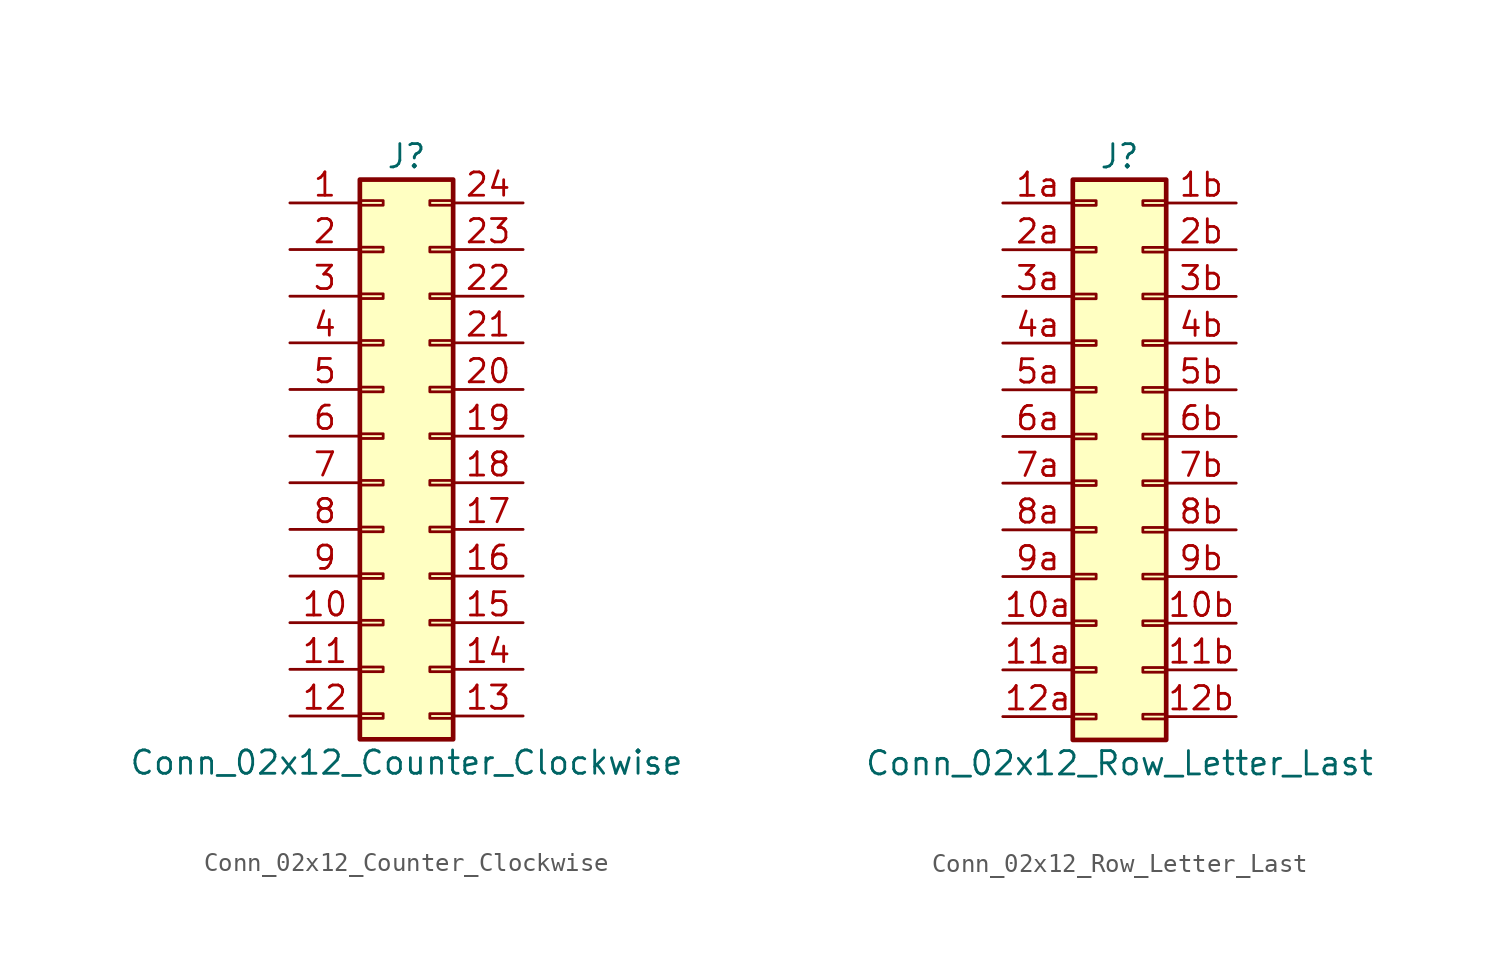
<source format=kicad_sym>
(kicad_symbol_lib
  (version 20201005)
  (generator kicad_symbol_editor)
  (symbol "Conn_02x12_Counter_Clockwise"
    (pin_names
      (offset 1.016) hide)
    (property "Reference" "J"
      (at 1.27 15.24 0)
      (effects (font (size 1.27 1.27))))
    (property "Value" "Conn_02x12_Counter_Clockwise"
      (at 1.27 -17.78 0)
      (effects (font (size 1.27 1.27))))
    (symbol "Conn_02x12_Counter_Clockwise_1_1"
      (rectangle (start -1.27 -15.113) (end 0 -15.367) (stroke (width 0.152)) (fill (type none)))
      (rectangle (start -1.27 -12.573) (end 0 -12.827) (stroke (width 0.152)) (fill (type none)))
      (rectangle (start -1.27 -10.033) (end 0 -10.287) (stroke (width 0.152)) (fill (type none)))
      (rectangle (start -1.27 -7.493) (end 0 -7.747) (stroke (width 0.152)) (fill (type none)))
      (rectangle (start -1.27 -4.953) (end 0 -5.207) (stroke (width 0.152)) (fill (type none)))
      (rectangle (start -1.27 -2.413) (end 0 -2.667) (stroke (width 0.152)) (fill (type none)))
      (rectangle (start -1.27 0.127) (end 0 -0.127) (stroke (width 0.152)) (fill (type none)))
      (rectangle (start -1.27 2.667) (end 0 2.413) (stroke (width 0.152)) (fill (type none)))
      (rectangle (start -1.27 5.207) (end 0 4.953) (stroke (width 0.152)) (fill (type none)))
      (rectangle (start -1.27 7.747) (end 0 7.493) (stroke (width 0.152)) (fill (type none)))
      (rectangle (start -1.27 10.287) (end 0 10.033) (stroke (width 0.152)) (fill (type none)))
      (rectangle (start -1.27 12.827) (end 0 12.573) (stroke (width 0.152)) (fill (type none)))
      (rectangle (start -1.27 13.97) (end 3.81 -16.51) (stroke (width 0.254)) (fill (type background)))
      (rectangle (start 3.81 -15.113) (end 2.54 -15.367) (stroke (width 0.152)) (fill (type none)))
      (rectangle (start 3.81 -12.573) (end 2.54 -12.827) (stroke (width 0.152)) (fill (type none)))
      (rectangle (start 3.81 -10.033) (end 2.54 -10.287) (stroke (width 0.152)) (fill (type none)))
      (rectangle (start 3.81 -7.493) (end 2.54 -7.747) (stroke (width 0.152)) (fill (type none)))
      (rectangle (start 3.81 -4.953) (end 2.54 -5.207) (stroke (width 0.152)) (fill (type none)))
      (rectangle (start 3.81 -2.413) (end 2.54 -2.667) (stroke (width 0.152)) (fill (type none)))
      (rectangle (start 3.81 0.127) (end 2.54 -0.127) (stroke (width 0.152)) (fill (type none)))
      (rectangle (start 3.81 2.667) (end 2.54 2.413) (stroke (width 0.152)) (fill (type none)))
      (rectangle (start 3.81 5.207) (end 2.54 4.953) (stroke (width 0.152)) (fill (type none)))
      (rectangle (start 3.81 7.747) (end 2.54 7.493) (stroke (width 0.152)) (fill (type none)))
      (rectangle (start 3.81 10.287) (end 2.54 10.033) (stroke (width 0.152)) (fill (type none)))
      (rectangle (start 3.81 12.827) (end 2.54 12.573) (stroke (width 0.152)) (fill (type none)))
      (pin passive line (at -5.08 12.7 0) (length 3.81) (name "Pin_1" (effects (font (size 1.27 1.27)))) (number "1" (effects (font (size 1.27 1.27)))))
      (pin passive line (at -5.08 -10.16 0) (length 3.81) (name "Pin_10" (effects (font (size 1.27 1.27)))) (number "10" (effects (font (size 1.27 1.27)))))
      (pin passive line (at -5.08 -12.7 0) (length 3.81) (name "Pin_11" (effects (font (size 1.27 1.27)))) (number "11" (effects (font (size 1.27 1.27)))))
      (pin passive line (at -5.08 -15.24 0) (length 3.81) (name "Pin_12" (effects (font (size 1.27 1.27)))) (number "12" (effects (font (size 1.27 1.27)))))
      (pin passive line (at 7.62 -15.24 180) (length 3.81) (name "Pin_13" (effects (font (size 1.27 1.27)))) (number "13" (effects (font (size 1.27 1.27)))))
      (pin passive line (at 7.62 -12.7 180) (length 3.81) (name "Pin_14" (effects (font (size 1.27 1.27)))) (number "14" (effects (font (size 1.27 1.27)))))
      (pin passive line (at 7.62 -10.16 180) (length 3.81) (name "Pin_15" (effects (font (size 1.27 1.27)))) (number "15" (effects (font (size 1.27 1.27)))))
      (pin passive line (at 7.62 -7.62 180) (length 3.81) (name "Pin_16" (effects (font (size 1.27 1.27)))) (number "16" (effects (font (size 1.27 1.27)))))
      (pin passive line (at 7.62 -5.08 180) (length 3.81) (name "Pin_17" (effects (font (size 1.27 1.27)))) (number "17" (effects (font (size 1.27 1.27)))))
      (pin passive line (at 7.62 -2.54 180) (length 3.81) (name "Pin_18" (effects (font (size 1.27 1.27)))) (number "18" (effects (font (size 1.27 1.27)))))
      (pin passive line (at 7.62 0 180) (length 3.81) (name "Pin_19" (effects (font (size 1.27 1.27)))) (number "19" (effects (font (size 1.27 1.27)))))
      (pin passive line (at -5.08 10.16 0) (length 3.81) (name "Pin_2" (effects (font (size 1.27 1.27)))) (number "2" (effects (font (size 1.27 1.27)))))
      (pin passive line (at 7.62 2.54 180) (length 3.81) (name "Pin_20" (effects (font (size 1.27 1.27)))) (number "20" (effects (font (size 1.27 1.27)))))
      (pin passive line (at 7.62 5.08 180) (length 3.81) (name "Pin_21" (effects (font (size 1.27 1.27)))) (number "21" (effects (font (size 1.27 1.27)))))
      (pin passive line (at 7.62 7.62 180) (length 3.81) (name "Pin_22" (effects (font (size 1.27 1.27)))) (number "22" (effects (font (size 1.27 1.27)))))
      (pin passive line (at 7.62 10.16 180) (length 3.81) (name "Pin_23" (effects (font (size 1.27 1.27)))) (number "23" (effects (font (size 1.27 1.27)))))
      (pin passive line (at 7.62 12.7 180) (length 3.81) (name "Pin_24" (effects (font (size 1.27 1.27)))) (number "24" (effects (font (size 1.27 1.27)))))
      (pin passive line (at -5.08 7.62 0) (length 3.81) (name "Pin_3" (effects (font (size 1.27 1.27)))) (number "3" (effects (font (size 1.27 1.27)))))
      (pin passive line (at -5.08 5.08 0) (length 3.81) (name "Pin_4" (effects (font (size 1.27 1.27)))) (number "4" (effects (font (size 1.27 1.27)))))
      (pin passive line (at -5.08 2.54 0) (length 3.81) (name "Pin_5" (effects (font (size 1.27 1.27)))) (number "5" (effects (font (size 1.27 1.27)))))
      (pin passive line (at -5.08 0 0) (length 3.81) (name "Pin_6" (effects (font (size 1.27 1.27)))) (number "6" (effects (font (size 1.27 1.27)))))
      (pin passive line (at -5.08 -2.54 0) (length 3.81) (name "Pin_7" (effects (font (size 1.27 1.27)))) (number "7" (effects (font (size 1.27 1.27)))))
      (pin passive line (at -5.08 -5.08 0) (length 3.81) (name "Pin_8" (effects (font (size 1.27 1.27)))) (number "8" (effects (font (size 1.27 1.27)))))
      (pin passive line (at -5.08 -7.62 0) (length 3.81) (name "Pin_9" (effects (font (size 1.27 1.27)))) (number "9" (effects (font (size 1.27 1.27)))))))
  (symbol "Conn_02x12_Row_Letter_Last"
    (pin_names
      (offset 1.016) hide)
    (property "Reference" "J"
      (at 1.27 15.24 0)
      (effects (font (size 1.27 1.27))))
    (property "Value" "Conn_02x12_Row_Letter_Last"
      (at 1.27 -17.78 0)
      (effects (font (size 1.27 1.27))))
    (symbol "Conn_02x12_Row_Letter_Last_1_1"
      (rectangle (start -1.27 -15.113) (end 0 -15.367) (stroke (width 0.152)) (fill (type none)))
      (rectangle (start -1.27 -12.573) (end 0 -12.827) (stroke (width 0.152)) (fill (type none)))
      (rectangle (start -1.27 -10.033) (end 0 -10.287) (stroke (width 0.152)) (fill (type none)))
      (rectangle (start -1.27 -7.493) (end 0 -7.747) (stroke (width 0.152)) (fill (type none)))
      (rectangle (start -1.27 -4.953) (end 0 -5.207) (stroke (width 0.152)) (fill (type none)))
      (rectangle (start -1.27 -2.413) (end 0 -2.667) (stroke (width 0.152)) (fill (type none)))
      (rectangle (start -1.27 0.127) (end 0 -0.127) (stroke (width 0.152)) (fill (type none)))
      (rectangle (start -1.27 2.667) (end 0 2.413) (stroke (width 0.152)) (fill (type none)))
      (rectangle (start -1.27 5.207) (end 0 4.953) (stroke (width 0.152)) (fill (type none)))
      (rectangle (start -1.27 7.747) (end 0 7.493) (stroke (width 0.152)) (fill (type none)))
      (rectangle (start -1.27 10.287) (end 0 10.033) (stroke (width 0.152)) (fill (type none)))
      (rectangle (start -1.27 12.827) (end 0 12.573) (stroke (width 0.152)) (fill (type none)))
      (rectangle (start -1.27 13.97) (end 3.81 -16.51) (stroke (width 0.254)) (fill (type background)))
      (rectangle (start 3.81 -15.113) (end 2.54 -15.367) (stroke (width 0.152)) (fill (type none)))
      (rectangle (start 3.81 -12.573) (end 2.54 -12.827) (stroke (width 0.152)) (fill (type none)))
      (rectangle (start 3.81 -10.033) (end 2.54 -10.287) (stroke (width 0.152)) (fill (type none)))
      (rectangle (start 3.81 -7.493) (end 2.54 -7.747) (stroke (width 0.152)) (fill (type none)))
      (rectangle (start 3.81 -4.953) (end 2.54 -5.207) (stroke (width 0.152)) (fill (type none)))
      (rectangle (start 3.81 -2.413) (end 2.54 -2.667) (stroke (width 0.152)) (fill (type none)))
      (rectangle (start 3.81 0.127) (end 2.54 -0.127) (stroke (width 0.152)) (fill (type none)))
      (rectangle (start 3.81 2.667) (end 2.54 2.413) (stroke (width 0.152)) (fill (type none)))
      (rectangle (start 3.81 5.207) (end 2.54 4.953) (stroke (width 0.152)) (fill (type none)))
      (rectangle (start 3.81 7.747) (end 2.54 7.493) (stroke (width 0.152)) (fill (type none)))
      (rectangle (start 3.81 10.287) (end 2.54 10.033) (stroke (width 0.152)) (fill (type none)))
      (rectangle (start 3.81 12.827) (end 2.54 12.573) (stroke (width 0.152)) (fill (type none)))
      (pin passive line (at -5.08 -10.16 0) (length 3.81) (name "Pin_10a" (effects (font (size 1.27 1.27)))) (number "10a" (effects (font (size 1.27 1.27)))))
      (pin passive line (at 7.62 -10.16 180) (length 3.81) (name "Pin_10b" (effects (font (size 1.27 1.27)))) (number "10b" (effects (font (size 1.27 1.27)))))
      (pin passive line (at -5.08 -12.7 0) (length 3.81) (name "Pin_11a" (effects (font (size 1.27 1.27)))) (number "11a" (effects (font (size 1.27 1.27)))))
      (pin passive line (at 7.62 -12.7 180) (length 3.81) (name "Pin_11b" (effects (font (size 1.27 1.27)))) (number "11b" (effects (font (size 1.27 1.27)))))
      (pin passive line (at -5.08 -15.24 0) (length 3.81) (name "Pin_12a" (effects (font (size 1.27 1.27)))) (number "12a" (effects (font (size 1.27 1.27)))))
      (pin passive line (at 7.62 -15.24 180) (length 3.81) (name "Pin_12b" (effects (font (size 1.27 1.27)))) (number "12b" (effects (font (size 1.27 1.27)))))
      (pin passive line (at -5.08 12.7 0) (length 3.81) (name "Pin_1a" (effects (font (size 1.27 1.27)))) (number "1a" (effects (font (size 1.27 1.27)))))
      (pin passive line (at 7.62 12.7 180) (length 3.81) (name "Pin_1b" (effects (font (size 1.27 1.27)))) (number "1b" (effects (font (size 1.27 1.27)))))
      (pin passive line (at -5.08 10.16 0) (length 3.81) (name "Pin_2a" (effects (font (size 1.27 1.27)))) (number "2a" (effects (font (size 1.27 1.27)))))
      (pin passive line (at 7.62 10.16 180) (length 3.81) (name "Pin_2b" (effects (font (size 1.27 1.27)))) (number "2b" (effects (font (size 1.27 1.27)))))
      (pin passive line (at -5.08 7.62 0) (length 3.81) (name "Pin_3a" (effects (font (size 1.27 1.27)))) (number "3a" (effects (font (size 1.27 1.27)))))
      (pin passive line (at 7.62 7.62 180) (length 3.81) (name "Pin_3b" (effects (font (size 1.27 1.27)))) (number "3b" (effects (font (size 1.27 1.27)))))
      (pin passive line (at -5.08 5.08 0) (length 3.81) (name "Pin_4a" (effects (font (size 1.27 1.27)))) (number "4a" (effects (font (size 1.27 1.27)))))
      (pin passive line (at 7.62 5.08 180) (length 3.81) (name "Pin_4b" (effects (font (size 1.27 1.27)))) (number "4b" (effects (font (size 1.27 1.27)))))
      (pin passive line (at -5.08 2.54 0) (length 3.81) (name "Pin_5a" (effects (font (size 1.27 1.27)))) (number "5a" (effects (font (size 1.27 1.27)))))
      (pin passive line (at 7.62 2.54 180) (length 3.81) (name "Pin_5b" (effects (font (size 1.27 1.27)))) (number "5b" (effects (font (size 1.27 1.27)))))
      (pin passive line (at -5.08 0 0) (length 3.81) (name "Pin_6a" (effects (font (size 1.27 1.27)))) (number "6a" (effects (font (size 1.27 1.27)))))
      (pin passive line (at 7.62 0 180) (length 3.81) (name "Pin_6b" (effects (font (size 1.27 1.27)))) (number "6b" (effects (font (size 1.27 1.27)))))
      (pin passive line (at -5.08 -2.54 0) (length 3.81) (name "Pin_7a" (effects (font (size 1.27 1.27)))) (number "7a" (effects (font (size 1.27 1.27)))))
      (pin passive line (at 7.62 -2.54 180) (length 3.81) (name "Pin_7b" (effects (font (size 1.27 1.27)))) (number "7b" (effects (font (size 1.27 1.27)))))
      (pin passive line (at -5.08 -5.08 0) (length 3.81) (name "Pin_8a" (effects (font (size 1.27 1.27)))) (number "8a" (effects (font (size 1.27 1.27)))))
      (pin passive line (at 7.62 -5.08 180) (length 3.81) (name "Pin_8b" (effects (font (size 1.27 1.27)))) (number "8b" (effects (font (size 1.27 1.27)))))
      (pin passive line (at -5.08 -7.62 0) (length 3.81) (name "Pin_9a" (effects (font (size 1.27 1.27)))) (number "9a" (effects (font (size 1.27 1.27)))))
      (pin passive line (at 7.62 -7.62 180) (length 3.81) (name "Pin_9b" (effects (font (size 1.27 1.27)))) (number "9b" (effects (font (size 1.27 1.27))))))))
</source>
